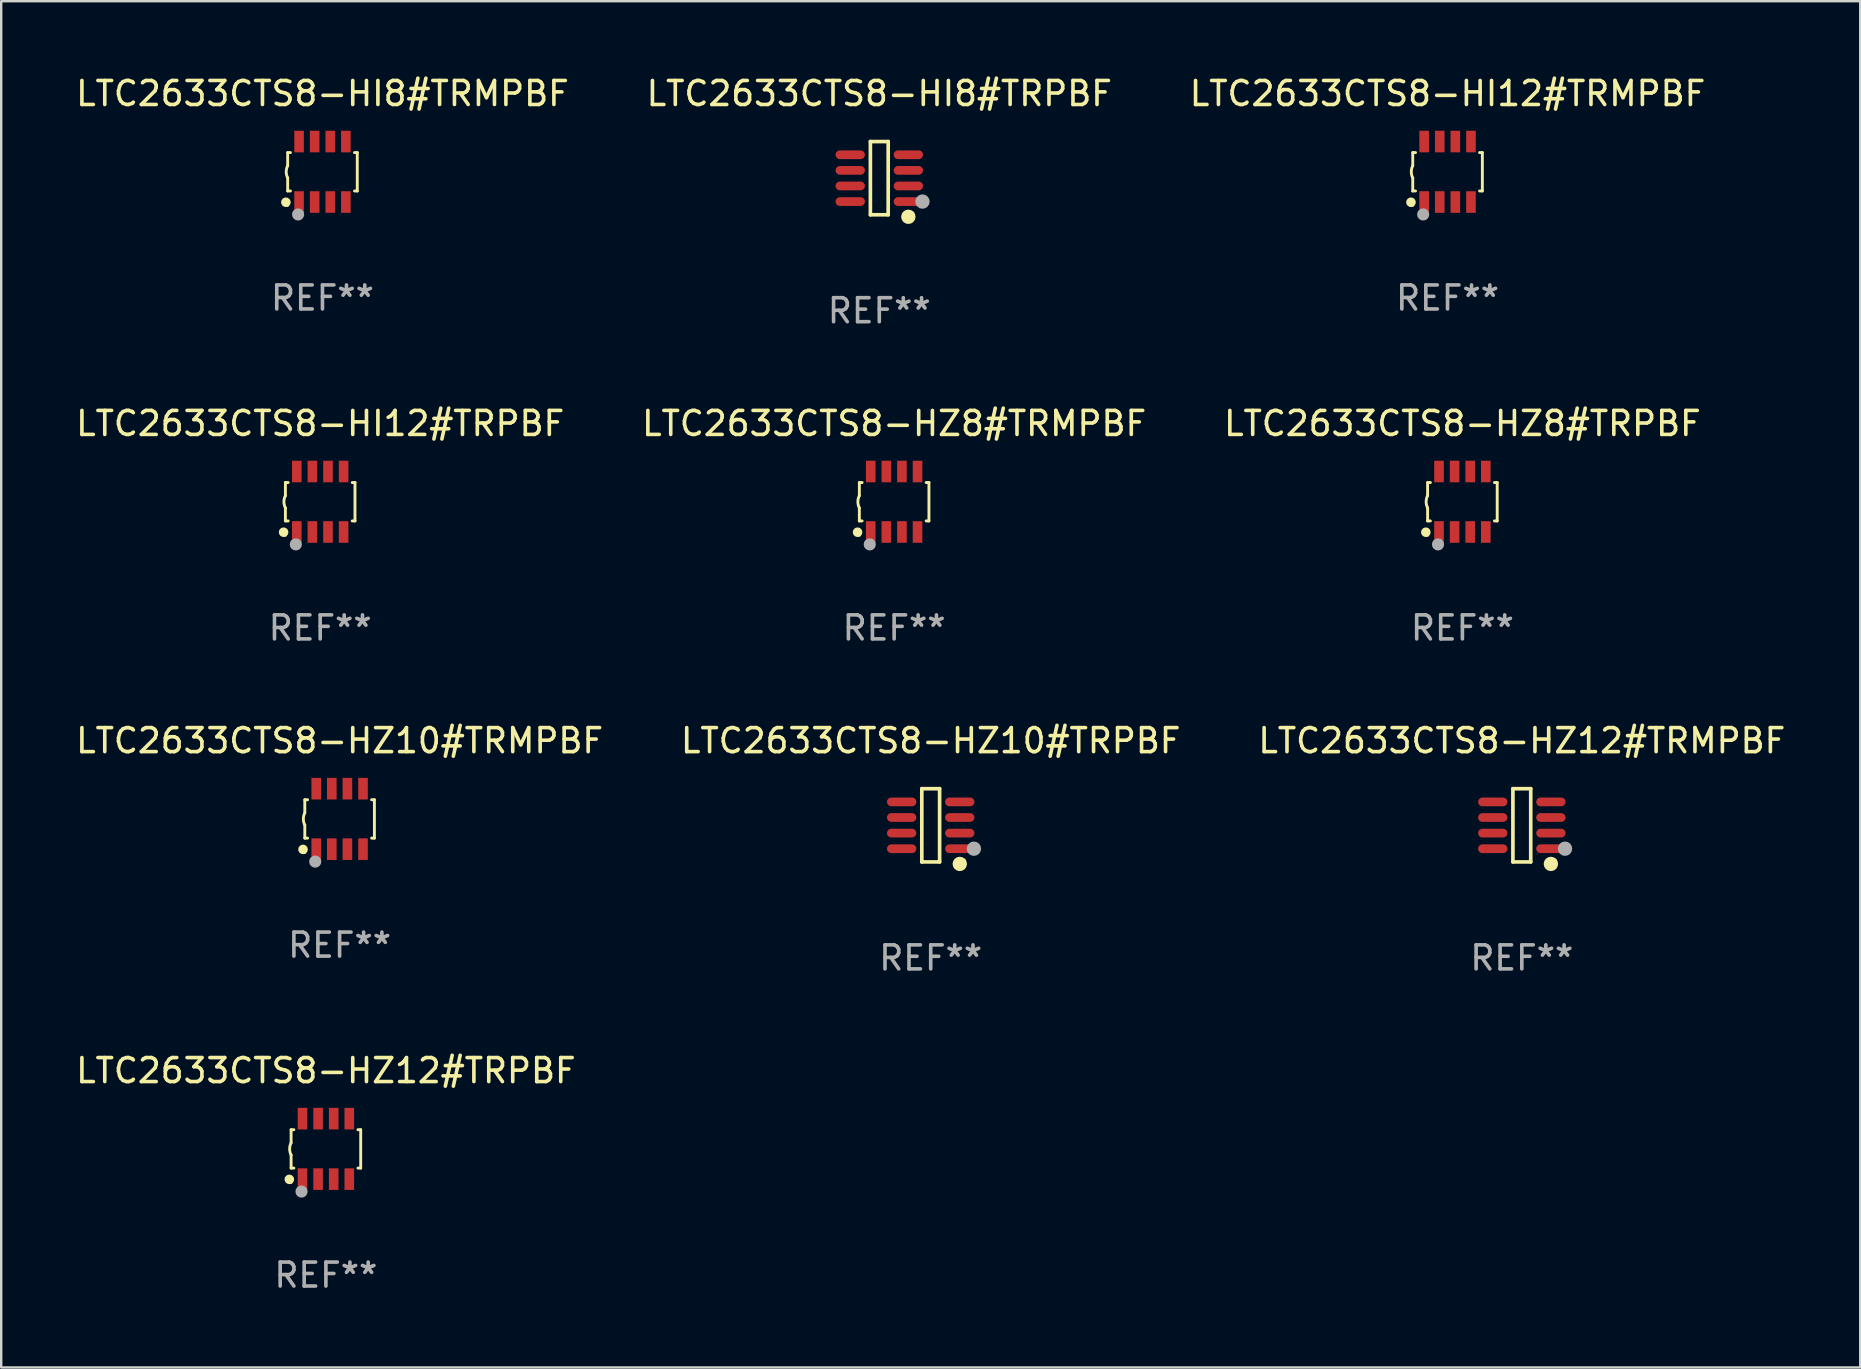
<source format=kicad_pcb>
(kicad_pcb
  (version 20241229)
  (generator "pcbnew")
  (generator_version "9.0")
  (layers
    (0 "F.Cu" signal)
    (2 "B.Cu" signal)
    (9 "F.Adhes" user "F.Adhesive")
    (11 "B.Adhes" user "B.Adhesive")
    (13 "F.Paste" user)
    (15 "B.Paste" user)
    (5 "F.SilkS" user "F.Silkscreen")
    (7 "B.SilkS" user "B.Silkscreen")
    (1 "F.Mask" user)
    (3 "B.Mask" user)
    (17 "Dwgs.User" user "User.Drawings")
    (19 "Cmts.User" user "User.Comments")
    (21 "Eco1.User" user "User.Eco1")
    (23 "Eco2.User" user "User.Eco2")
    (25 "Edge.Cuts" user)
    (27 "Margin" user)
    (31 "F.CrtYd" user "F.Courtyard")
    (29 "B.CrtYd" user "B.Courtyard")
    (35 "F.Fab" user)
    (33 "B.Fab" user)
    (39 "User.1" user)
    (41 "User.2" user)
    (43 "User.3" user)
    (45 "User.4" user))
  (footprint "LTC2633CTS8-HZ12#TRPBF"
    (layer "F.Cu")
    (at 10.53 44.823)
    (property "Reference" "LTC2633CTS8-HZ12#TRPBF" (at 0 -3.26 0) (layer "F.SilkS") (effects (font (size 1 1) (thickness 0.15))))
    (attr through_hole)
    (fp_line (start -1.45 -0.8) (end -1.45 -0.254) (stroke (width 0.12) (type solid)) (layer "F.SilkS"))
    (fp_line (start -1.45 -0.8) (end -1.334 -0.8) (stroke (width 0.12) (type solid)) (layer "F.SilkS"))
    (fp_line (start -1.45 0.8) (end -1.45 0.254) (stroke (width 0.12) (type solid)) (layer "F.SilkS"))
    (fp_line (start -1.45 0.8) (end -1.334 0.8) (stroke (width 0.12) (type solid)) (layer "F.SilkS"))
    (fp_line (start 1.334 -0.8) (end 1.45 -0.8) (stroke (width 0.12) (type solid)) (layer "F.SilkS"))
    (fp_line (start 1.334 0.8) (end 1.45 0.8) (stroke (width 0.12) (type solid)) (layer "F.SilkS"))
    (fp_line (start 1.45 0.8) (end 1.45 -0.8) (stroke (width 0.12) (type solid)) (layer "F.SilkS"))
    (fp_arc (start -1.45075 0.255144) (mid -1.510605 0.000434) (end -1.450013 -0.254102) (stroke (width 0.11999) (type solid)) (layer "F.SilkS"))
    (fp_circle (center -1.524 1.27) (end -1.424 1.27) (stroke (width 0.2) (type solid)) (fill no) (layer "F.SilkS"))
    (fp_circle (center -1.45 1.4) (end -1.42 1.4) (stroke (width 0.06) (type solid)) (fill no) (layer "F.SilkS"))
    (fp_circle (center -1.016 1.778) (end -0.889 1.778) (stroke (width 0.254) (type solid)) (fill no) (layer "F.Fab"))
    (fp_text user "REF**" (at 0 5.26 0) (layer "F.Fab") (effects (font (size 1 1) (thickness 0.15))))
    (pad "1" smd rect (at -0.975 1.26) (size 0.4 0.9) (layers "F.Cu" "F.Mask" "F.Paste"))
    (pad "2" smd rect (at -0.325 1.26) (size 0.4 0.9) (layers "F.Cu" "F.Mask" "F.Paste"))
    (pad "3" smd rect (at 0.325 1.26) (size 0.4 0.9) (layers "F.Cu" "F.Mask" "F.Paste"))
    (pad "4" smd rect (at 0.975 1.26) (size 0.4 0.9) (layers "F.Cu" "F.Mask" "F.Paste"))
    (pad "5" smd rect (at 0.975 -1.26) (size 0.4 0.9) (layers "F.Cu" "F.Mask" "F.Paste"))
    (pad "6" smd rect (at 0.325 -1.26) (size 0.4 0.9) (layers "F.Cu" "F.Mask" "F.Paste"))
    (pad "7" smd rect (at -0.325 -1.26) (size 0.4 0.9) (layers "F.Cu" "F.Mask" "F.Paste"))
    (pad "8" smd rect (at -0.975 -1.26) (size 0.4 0.9) (layers "F.Cu" "F.Mask" "F.Paste")))
  (footprint "LTC2633CTS8-HI8#TRMPBF"
    (layer "F.Cu")
    (at 10.387 4.108)
    (property "Reference" "LTC2633CTS8-HI8#TRMPBF" (at 0 -3.26 0) (layer "F.SilkS") (effects (font (size 1 1) (thickness 0.15))))
    (attr through_hole)
    (fp_line (start -1.45 -0.8) (end -1.45 -0.254) (stroke (width 0.12) (type solid)) (layer "F.SilkS"))
    (fp_line (start -1.45 -0.8) (end -1.334 -0.8) (stroke (width 0.12) (type solid)) (layer "F.SilkS"))
    (fp_line (start -1.45 0.8) (end -1.45 0.254) (stroke (width 0.12) (type solid)) (layer "F.SilkS"))
    (fp_line (start -1.45 0.8) (end -1.334 0.8) (stroke (width 0.12) (type solid)) (layer "F.SilkS"))
    (fp_line (start 1.334 -0.8) (end 1.45 -0.8) (stroke (width 0.12) (type solid)) (layer "F.SilkS"))
    (fp_line (start 1.334 0.8) (end 1.45 0.8) (stroke (width 0.12) (type solid)) (layer "F.SilkS"))
    (fp_line (start 1.45 0.8) (end 1.45 -0.8) (stroke (width 0.12) (type solid)) (layer "F.SilkS"))
    (fp_arc (start -1.45075 0.255144) (mid -1.510605 0.000434) (end -1.450013 -0.254102) (stroke (width 0.11999) (type solid)) (layer "F.SilkS"))
    (fp_circle (center -1.524 1.27) (end -1.424 1.27) (stroke (width 0.2) (type solid)) (fill no) (layer "F.SilkS"))
    (fp_circle (center -1.45 1.4) (end -1.42 1.4) (stroke (width 0.06) (type solid)) (fill no) (layer "F.SilkS"))
    (fp_circle (center -1.016 1.778) (end -0.889 1.778) (stroke (width 0.254) (type solid)) (fill no) (layer "F.Fab"))
    (fp_text user "REF**" (at 0 5.26 0) (layer "F.Fab") (effects (font (size 1 1) (thickness 0.15))))
    (pad "1" smd rect (at -0.975 1.26) (size 0.4 0.9) (layers "F.Cu" "F.Mask" "F.Paste"))
    (pad "2" smd rect (at -0.325 1.26) (size 0.4 0.9) (layers "F.Cu" "F.Mask" "F.Paste"))
    (pad "3" smd rect (at 0.325 1.26) (size 0.4 0.9) (layers "F.Cu" "F.Mask" "F.Paste"))
    (pad "4" smd rect (at 0.975 1.26) (size 0.4 0.9) (layers "F.Cu" "F.Mask" "F.Paste"))
    (pad "5" smd rect (at 0.975 -1.26) (size 0.4 0.9) (layers "F.Cu" "F.Mask" "F.Paste"))
    (pad "6" smd rect (at 0.325 -1.26) (size 0.4 0.9) (layers "F.Cu" "F.Mask" "F.Paste"))
    (pad "7" smd rect (at -0.325 -1.26) (size 0.4 0.9) (layers "F.Cu" "F.Mask" "F.Paste"))
    (pad "8" smd rect (at -0.975 -1.26) (size 0.4 0.9) (layers "F.Cu" "F.Mask" "F.Paste")))
  (footprint "LTC2633CTS8-HI12#TRPBF"
    (layer "F.Cu")
    (at 10.292 17.857)
    (property "Reference" "LTC2633CTS8-HI12#TRPBF" (at 0 -3.26 0) (layer "F.SilkS") (effects (font (size 1 1) (thickness 0.15))))
    (attr through_hole)
    (fp_line (start -1.45 -0.8) (end -1.45 -0.254) (stroke (width 0.12) (type solid)) (layer "F.SilkS"))
    (fp_line (start -1.45 -0.8) (end -1.334 -0.8) (stroke (width 0.12) (type solid)) (layer "F.SilkS"))
    (fp_line (start -1.45 0.8) (end -1.45 0.254) (stroke (width 0.12) (type solid)) (layer "F.SilkS"))
    (fp_line (start -1.45 0.8) (end -1.334 0.8) (stroke (width 0.12) (type solid)) (layer "F.SilkS"))
    (fp_line (start 1.334 -0.8) (end 1.45 -0.8) (stroke (width 0.12) (type solid)) (layer "F.SilkS"))
    (fp_line (start 1.334 0.8) (end 1.45 0.8) (stroke (width 0.12) (type solid)) (layer "F.SilkS"))
    (fp_line (start 1.45 0.8) (end 1.45 -0.8) (stroke (width 0.12) (type solid)) (layer "F.SilkS"))
    (fp_arc (start -1.45075 0.255144) (mid -1.510605 0.000434) (end -1.450013 -0.254102) (stroke (width 0.11999) (type solid)) (layer "F.SilkS"))
    (fp_circle (center -1.524 1.27) (end -1.424 1.27) (stroke (width 0.2) (type solid)) (fill no) (layer "F.SilkS"))
    (fp_circle (center -1.45 1.4) (end -1.42 1.4) (stroke (width 0.06) (type solid)) (fill no) (layer "F.SilkS"))
    (fp_circle (center -1.016 1.778) (end -0.889 1.778) (stroke (width 0.254) (type solid)) (fill no) (layer "F.Fab"))
    (fp_text user "REF**" (at 0 5.26 0) (layer "F.Fab") (effects (font (size 1 1) (thickness 0.15))))
    (pad "1" smd rect (at -0.975 1.26) (size 0.4 0.9) (layers "F.Cu" "F.Mask" "F.Paste"))
    (pad "2" smd rect (at -0.325 1.26) (size 0.4 0.9) (layers "F.Cu" "F.Mask" "F.Paste"))
    (pad "3" smd rect (at 0.325 1.26) (size 0.4 0.9) (layers "F.Cu" "F.Mask" "F.Paste"))
    (pad "4" smd rect (at 0.975 1.26) (size 0.4 0.9) (layers "F.Cu" "F.Mask" "F.Paste"))
    (pad "5" smd rect (at 0.975 -1.26) (size 0.4 0.9) (layers "F.Cu" "F.Mask" "F.Paste"))
    (pad "6" smd rect (at 0.325 -1.26) (size 0.4 0.9) (layers "F.Cu" "F.Mask" "F.Paste"))
    (pad "7" smd rect (at -0.325 -1.26) (size 0.4 0.9) (layers "F.Cu" "F.Mask" "F.Paste"))
    (pad "8" smd rect (at -0.975 -1.26) (size 0.4 0.9) (layers "F.Cu" "F.Mask" "F.Paste")))
  (footprint "LTC2633CTS8-HI12#TRMPBF"
    (layer "F.Cu")
    (at 57.268 4.108)
    (property "Reference" "LTC2633CTS8-HI12#TRMPBF" (at 0 -3.26 0) (layer "F.SilkS") (effects (font (size 1 1) (thickness 0.15))))
    (attr through_hole)
    (fp_line (start -1.45 -0.8) (end -1.45 -0.254) (stroke (width 0.12) (type solid)) (layer "F.SilkS"))
    (fp_line (start -1.45 -0.8) (end -1.334 -0.8) (stroke (width 0.12) (type solid)) (layer "F.SilkS"))
    (fp_line (start -1.45 0.8) (end -1.45 0.254) (stroke (width 0.12) (type solid)) (layer "F.SilkS"))
    (fp_line (start -1.45 0.8) (end -1.334 0.8) (stroke (width 0.12) (type solid)) (layer "F.SilkS"))
    (fp_line (start 1.334 -0.8) (end 1.45 -0.8) (stroke (width 0.12) (type solid)) (layer "F.SilkS"))
    (fp_line (start 1.334 0.8) (end 1.45 0.8) (stroke (width 0.12) (type solid)) (layer "F.SilkS"))
    (fp_line (start 1.45 0.8) (end 1.45 -0.8) (stroke (width 0.12) (type solid)) (layer "F.SilkS"))
    (fp_arc (start -1.45075 0.255144) (mid -1.510605 0.000434) (end -1.450013 -0.254102) (stroke (width 0.11999) (type solid)) (layer "F.SilkS"))
    (fp_circle (center -1.524 1.27) (end -1.424 1.27) (stroke (width 0.2) (type solid)) (fill no) (layer "F.SilkS"))
    (fp_circle (center -1.45 1.4) (end -1.42 1.4) (stroke (width 0.06) (type solid)) (fill no) (layer "F.SilkS"))
    (fp_circle (center -1.016 1.778) (end -0.889 1.778) (stroke (width 0.254) (type solid)) (fill no) (layer "F.Fab"))
    (fp_text user "REF**" (at 0 5.26 0) (layer "F.Fab") (effects (font (size 1 1) (thickness 0.15))))
    (pad "1" smd rect (at -0.975 1.26) (size 0.4 0.9) (layers "F.Cu" "F.Mask" "F.Paste"))
    (pad "2" smd rect (at -0.325 1.26) (size 0.4 0.9) (layers "F.Cu" "F.Mask" "F.Paste"))
    (pad "3" smd rect (at 0.325 1.26) (size 0.4 0.9) (layers "F.Cu" "F.Mask" "F.Paste"))
    (pad "4" smd rect (at 0.975 1.26) (size 0.4 0.9) (layers "F.Cu" "F.Mask" "F.Paste"))
    (pad "5" smd rect (at 0.975 -1.26) (size 0.4 0.9) (layers "F.Cu" "F.Mask" "F.Paste"))
    (pad "6" smd rect (at 0.325 -1.26) (size 0.4 0.9) (layers "F.Cu" "F.Mask" "F.Paste"))
    (pad "7" smd rect (at -0.325 -1.26) (size 0.4 0.9) (layers "F.Cu" "F.Mask" "F.Paste"))
    (pad "8" smd rect (at -0.975 -1.26) (size 0.4 0.9) (layers "F.Cu" "F.Mask" "F.Paste")))
  (footprint "LTC2633CTS8-HI8#TRPBF"
    (layer "F.Cu")
    (at 33.589 4.374)
    (property "Reference" "LTC2633CTS8-HI8#TRPBF" (at 0 -3.526 0) (layer "F.SilkS") (effects (font (size 1 1) (thickness 0.15))))
    (attr through_hole)
    (fp_line (start -0.371 -1.526) (end 0.371 -1.526) (stroke (width 0.152) (type solid)) (layer "F.SilkS"))
    (fp_line (start -0.371 1.526) (end -0.371 -1.526) (stroke (width 0.152) (type solid)) (layer "F.SilkS"))
    (fp_line (start 0.371 -1.526) (end 0.371 1.526) (stroke (width 0.152) (type solid)) (layer "F.SilkS"))
    (fp_line (start 0.371 1.526) (end -0.371 1.526) (stroke (width 0.152) (type solid)) (layer "F.SilkS"))
    (fp_circle (center 1.211 1.609) (end 1.361 1.609) (stroke (width 0.3) (type solid)) (fill no) (layer "F.SilkS"))
    (fp_circle (center 1.4 1.45) (end 1.43 1.45) (stroke (width 0.06) (type solid)) (fill no) (layer "F.SilkS"))
    (fp_circle (center 1.8 0.975) (end 1.95 0.975) (stroke (width 0.3) (type solid)) (fill no) (layer "F.Fab"))
    (fp_text user "REF**" (at 0 5.526 0) (layer "F.Fab") (effects (font (size 1 1) (thickness 0.15))))
    (pad "1" smd oval (at 1.211 0.975) (size 1.222 0.364) (layers "F.Cu" "F.Mask" "F.Paste"))
    (pad "2" smd oval (at 1.211 0.325) (size 1.222 0.364) (layers "F.Cu" "F.Mask" "F.Paste"))
    (pad "3" smd oval (at 1.211 -0.325) (size 1.222 0.364) (layers "F.Cu" "F.Mask" "F.Paste"))
    (pad "4" smd oval (at 1.211 -0.975) (size 1.222 0.364) (layers "F.Cu" "F.Mask" "F.Paste"))
    (pad "5" smd oval (at -1.211 -0.975) (size 1.222 0.364) (layers "F.Cu" "F.Mask" "F.Paste"))
    (pad "6" smd oval (at -1.211 -0.325) (size 1.222 0.364) (layers "F.Cu" "F.Mask" "F.Paste"))
    (pad "7" smd oval (at -1.211 0.325) (size 1.222 0.364) (layers "F.Cu" "F.Mask" "F.Paste"))
    (pad "8" smd oval (at -1.211 0.975) (size 1.222 0.364) (layers "F.Cu" "F.Mask" "F.Paste")))
  (footprint "LTC2633CTS8-HZ12#TRMPBF"
    (layer "F.Cu")
    (at 60.363 31.34)
    (property "Reference" "LTC2633CTS8-HZ12#TRMPBF" (at 0 -3.526 0) (layer "F.SilkS") (effects (font (size 1 1) (thickness 0.15))))
    (attr through_hole)
    (fp_line (start -0.371 -1.526) (end 0.371 -1.526) (stroke (width 0.152) (type solid)) (layer "F.SilkS"))
    (fp_line (start -0.371 1.526) (end -0.371 -1.526) (stroke (width 0.152) (type solid)) (layer "F.SilkS"))
    (fp_line (start 0.371 -1.526) (end 0.371 1.526) (stroke (width 0.152) (type solid)) (layer "F.SilkS"))
    (fp_line (start 0.371 1.526) (end -0.371 1.526) (stroke (width 0.152) (type solid)) (layer "F.SilkS"))
    (fp_circle (center 1.211 1.609) (end 1.361 1.609) (stroke (width 0.3) (type solid)) (fill no) (layer "F.SilkS"))
    (fp_circle (center 1.4 1.45) (end 1.43 1.45) (stroke (width 0.06) (type solid)) (fill no) (layer "F.SilkS"))
    (fp_circle (center 1.8 0.975) (end 1.95 0.975) (stroke (width 0.3) (type solid)) (fill no) (layer "F.Fab"))
    (fp_text user "REF**" (at 0 5.526 0) (layer "F.Fab") (effects (font (size 1 1) (thickness 0.15))))
    (pad "1" smd oval (at 1.211 0.975) (size 1.222 0.364) (layers "F.Cu" "F.Mask" "F.Paste"))
    (pad "2" smd oval (at 1.211 0.325) (size 1.222 0.364) (layers "F.Cu" "F.Mask" "F.Paste"))
    (pad "3" smd oval (at 1.211 -0.325) (size 1.222 0.364) (layers "F.Cu" "F.Mask" "F.Paste"))
    (pad "4" smd oval (at 1.211 -0.975) (size 1.222 0.364) (layers "F.Cu" "F.Mask" "F.Paste"))
    (pad "5" smd oval (at -1.211 -0.975) (size 1.222 0.364) (layers "F.Cu" "F.Mask" "F.Paste"))
    (pad "6" smd oval (at -1.211 -0.325) (size 1.222 0.364) (layers "F.Cu" "F.Mask" "F.Paste"))
    (pad "7" smd oval (at -1.211 0.325) (size 1.222 0.364) (layers "F.Cu" "F.Mask" "F.Paste"))
    (pad "8" smd oval (at -1.211 0.975) (size 1.222 0.364) (layers "F.Cu" "F.Mask" "F.Paste")))
  (footprint "LTC2633CTS8-HZ10#TRMPBF"
    (layer "F.Cu")
    (at 11.101 31.074)
    (property "Reference" "LTC2633CTS8-HZ10#TRMPBF" (at 0 -3.26 0) (layer "F.SilkS") (effects (font (size 1 1) (thickness 0.15))))
    (attr through_hole)
    (fp_line (start -1.45 -0.8) (end -1.45 -0.254) (stroke (width 0.12) (type solid)) (layer "F.SilkS"))
    (fp_line (start -1.45 -0.8) (end -1.334 -0.8) (stroke (width 0.12) (type solid)) (layer "F.SilkS"))
    (fp_line (start -1.45 0.8) (end -1.45 0.254) (stroke (width 0.12) (type solid)) (layer "F.SilkS"))
    (fp_line (start -1.45 0.8) (end -1.334 0.8) (stroke (width 0.12) (type solid)) (layer "F.SilkS"))
    (fp_line (start 1.334 -0.8) (end 1.45 -0.8) (stroke (width 0.12) (type solid)) (layer "F.SilkS"))
    (fp_line (start 1.334 0.8) (end 1.45 0.8) (stroke (width 0.12) (type solid)) (layer "F.SilkS"))
    (fp_line (start 1.45 0.8) (end 1.45 -0.8) (stroke (width 0.12) (type solid)) (layer "F.SilkS"))
    (fp_arc (start -1.45075 0.255144) (mid -1.510605 0.000434) (end -1.450013 -0.254102) (stroke (width 0.11999) (type solid)) (layer "F.SilkS"))
    (fp_circle (center -1.524 1.27) (end -1.424 1.27) (stroke (width 0.2) (type solid)) (fill no) (layer "F.SilkS"))
    (fp_circle (center -1.45 1.4) (end -1.42 1.4) (stroke (width 0.06) (type solid)) (fill no) (layer "F.SilkS"))
    (fp_circle (center -1.016 1.778) (end -0.889 1.778) (stroke (width 0.254) (type solid)) (fill no) (layer "F.Fab"))
    (fp_text user "REF**" (at 0 5.26 0) (layer "F.Fab") (effects (font (size 1 1) (thickness 0.15))))
    (pad "1" smd rect (at -0.975 1.26) (size 0.4 0.9) (layers "F.Cu" "F.Mask" "F.Paste"))
    (pad "2" smd rect (at -0.325 1.26) (size 0.4 0.9) (layers "F.Cu" "F.Mask" "F.Paste"))
    (pad "3" smd rect (at 0.325 1.26) (size 0.4 0.9) (layers "F.Cu" "F.Mask" "F.Paste"))
    (pad "4" smd rect (at 0.975 1.26) (size 0.4 0.9) (layers "F.Cu" "F.Mask" "F.Paste"))
    (pad "5" smd rect (at 0.975 -1.26) (size 0.4 0.9) (layers "F.Cu" "F.Mask" "F.Paste"))
    (pad "6" smd rect (at 0.325 -1.26) (size 0.4 0.9) (layers "F.Cu" "F.Mask" "F.Paste"))
    (pad "7" smd rect (at -0.325 -1.26) (size 0.4 0.9) (layers "F.Cu" "F.Mask" "F.Paste"))
    (pad "8" smd rect (at -0.975 -1.26) (size 0.4 0.9) (layers "F.Cu" "F.Mask" "F.Paste")))
  (footprint "LTC2633CTS8-HZ8#TRMPBF"
    (layer "F.Cu")
    (at 34.208 17.857)
    (property "Reference" "LTC2633CTS8-HZ8#TRMPBF" (at 0 -3.26 0) (layer "F.SilkS") (effects (font (size 1 1) (thickness 0.15))))
    (attr through_hole)
    (fp_line (start -1.45 -0.8) (end -1.45 -0.254) (stroke (width 0.12) (type solid)) (layer "F.SilkS"))
    (fp_line (start -1.45 -0.8) (end -1.334 -0.8) (stroke (width 0.12) (type solid)) (layer "F.SilkS"))
    (fp_line (start -1.45 0.8) (end -1.45 0.254) (stroke (width 0.12) (type solid)) (layer "F.SilkS"))
    (fp_line (start -1.45 0.8) (end -1.334 0.8) (stroke (width 0.12) (type solid)) (layer "F.SilkS"))
    (fp_line (start 1.334 -0.8) (end 1.45 -0.8) (stroke (width 0.12) (type solid)) (layer "F.SilkS"))
    (fp_line (start 1.334 0.8) (end 1.45 0.8) (stroke (width 0.12) (type solid)) (layer "F.SilkS"))
    (fp_line (start 1.45 0.8) (end 1.45 -0.8) (stroke (width 0.12) (type solid)) (layer "F.SilkS"))
    (fp_arc (start -1.45075 0.255144) (mid -1.510605 0.000434) (end -1.450013 -0.254102) (stroke (width 0.11999) (type solid)) (layer "F.SilkS"))
    (fp_circle (center -1.524 1.27) (end -1.424 1.27) (stroke (width 0.2) (type solid)) (fill no) (layer "F.SilkS"))
    (fp_circle (center -1.45 1.4) (end -1.42 1.4) (stroke (width 0.06) (type solid)) (fill no) (layer "F.SilkS"))
    (fp_circle (center -1.016 1.778) (end -0.889 1.778) (stroke (width 0.254) (type solid)) (fill no) (layer "F.Fab"))
    (fp_text user "REF**" (at 0 5.26 0) (layer "F.Fab") (effects (font (size 1 1) (thickness 0.15))))
    (pad "1" smd rect (at -0.975 1.26) (size 0.4 0.9) (layers "F.Cu" "F.Mask" "F.Paste"))
    (pad "2" smd rect (at -0.325 1.26) (size 0.4 0.9) (layers "F.Cu" "F.Mask" "F.Paste"))
    (pad "3" smd rect (at 0.325 1.26) (size 0.4 0.9) (layers "F.Cu" "F.Mask" "F.Paste"))
    (pad "4" smd rect (at 0.975 1.26) (size 0.4 0.9) (layers "F.Cu" "F.Mask" "F.Paste"))
    (pad "5" smd rect (at 0.975 -1.26) (size 0.4 0.9) (layers "F.Cu" "F.Mask" "F.Paste"))
    (pad "6" smd rect (at 0.325 -1.26) (size 0.4 0.9) (layers "F.Cu" "F.Mask" "F.Paste"))
    (pad "7" smd rect (at -0.325 -1.26) (size 0.4 0.9) (layers "F.Cu" "F.Mask" "F.Paste"))
    (pad "8" smd rect (at -0.975 -1.26) (size 0.4 0.9) (layers "F.Cu" "F.Mask" "F.Paste")))
  (footprint "LTC2633CTS8-HZ8#TRPBF"
    (layer "F.Cu")
    (at 57.887 17.857)
    (property "Reference" "LTC2633CTS8-HZ8#TRPBF" (at 0 -3.26 0) (layer "F.SilkS") (effects (font (size 1 1) (thickness 0.15))))
    (attr through_hole)
    (fp_line (start -1.45 -0.8) (end -1.45 -0.254) (stroke (width 0.12) (type solid)) (layer "F.SilkS"))
    (fp_line (start -1.45 -0.8) (end -1.334 -0.8) (stroke (width 0.12) (type solid)) (layer "F.SilkS"))
    (fp_line (start -1.45 0.8) (end -1.45 0.254) (stroke (width 0.12) (type solid)) (layer "F.SilkS"))
    (fp_line (start -1.45 0.8) (end -1.334 0.8) (stroke (width 0.12) (type solid)) (layer "F.SilkS"))
    (fp_line (start 1.334 -0.8) (end 1.45 -0.8) (stroke (width 0.12) (type solid)) (layer "F.SilkS"))
    (fp_line (start 1.334 0.8) (end 1.45 0.8) (stroke (width 0.12) (type solid)) (layer "F.SilkS"))
    (fp_line (start 1.45 0.8) (end 1.45 -0.8) (stroke (width 0.12) (type solid)) (layer "F.SilkS"))
    (fp_arc (start -1.45075 0.255144) (mid -1.510605 0.000434) (end -1.450013 -0.254102) (stroke (width 0.11999) (type solid)) (layer "F.SilkS"))
    (fp_circle (center -1.524 1.27) (end -1.424 1.27) (stroke (width 0.2) (type solid)) (fill no) (layer "F.SilkS"))
    (fp_circle (center -1.45 1.4) (end -1.42 1.4) (stroke (width 0.06) (type solid)) (fill no) (layer "F.SilkS"))
    (fp_circle (center -1.016 1.778) (end -0.889 1.778) (stroke (width 0.254) (type solid)) (fill no) (layer "F.Fab"))
    (fp_text user "REF**" (at 0 5.26 0) (layer "F.Fab") (effects (font (size 1 1) (thickness 0.15))))
    (pad "1" smd rect (at -0.975 1.26) (size 0.4 0.9) (layers "F.Cu" "F.Mask" "F.Paste"))
    (pad "2" smd rect (at -0.325 1.26) (size 0.4 0.9) (layers "F.Cu" "F.Mask" "F.Paste"))
    (pad "3" smd rect (at 0.325 1.26) (size 0.4 0.9) (layers "F.Cu" "F.Mask" "F.Paste"))
    (pad "4" smd rect (at 0.975 1.26) (size 0.4 0.9) (layers "F.Cu" "F.Mask" "F.Paste"))
    (pad "5" smd rect (at 0.975 -1.26) (size 0.4 0.9) (layers "F.Cu" "F.Mask" "F.Paste"))
    (pad "6" smd rect (at 0.325 -1.26) (size 0.4 0.9) (layers "F.Cu" "F.Mask" "F.Paste"))
    (pad "7" smd rect (at -0.325 -1.26) (size 0.4 0.9) (layers "F.Cu" "F.Mask" "F.Paste"))
    (pad "8" smd rect (at -0.975 -1.26) (size 0.4 0.9) (layers "F.Cu" "F.Mask" "F.Paste")))
  (footprint "LTC2633CTS8-HZ10#TRPBF"
    (layer "F.Cu")
    (at 35.732 31.34)
    (property "Reference" "LTC2633CTS8-HZ10#TRPBF" (at 0 -3.526 0) (layer "F.SilkS") (effects (font (size 1 1) (thickness 0.15))))
    (attr through_hole)
    (fp_line (start -0.371 -1.526) (end 0.371 -1.526) (stroke (width 0.152) (type solid)) (layer "F.SilkS"))
    (fp_line (start -0.371 1.526) (end -0.371 -1.526) (stroke (width 0.152) (type solid)) (layer "F.SilkS"))
    (fp_line (start 0.371 -1.526) (end 0.371 1.526) (stroke (width 0.152) (type solid)) (layer "F.SilkS"))
    (fp_line (start 0.371 1.526) (end -0.371 1.526) (stroke (width 0.152) (type solid)) (layer "F.SilkS"))
    (fp_circle (center 1.211 1.609) (end 1.361 1.609) (stroke (width 0.3) (type solid)) (fill no) (layer "F.SilkS"))
    (fp_circle (center 1.4 1.45) (end 1.43 1.45) (stroke (width 0.06) (type solid)) (fill no) (layer "F.SilkS"))
    (fp_circle (center 1.8 0.975) (end 1.95 0.975) (stroke (width 0.3) (type solid)) (fill no) (layer "F.Fab"))
    (fp_text user "REF**" (at 0 5.526 0) (layer "F.Fab") (effects (font (size 1 1) (thickness 0.15))))
    (pad "1" smd oval (at 1.211 0.975) (size 1.222 0.364) (layers "F.Cu" "F.Mask" "F.Paste"))
    (pad "2" smd oval (at 1.211 0.325) (size 1.222 0.364) (layers "F.Cu" "F.Mask" "F.Paste"))
    (pad "3" smd oval (at 1.211 -0.325) (size 1.222 0.364) (layers "F.Cu" "F.Mask" "F.Paste"))
    (pad "4" smd oval (at 1.211 -0.975) (size 1.222 0.364) (layers "F.Cu" "F.Mask" "F.Paste"))
    (pad "5" smd oval (at -1.211 -0.975) (size 1.222 0.364) (layers "F.Cu" "F.Mask" "F.Paste"))
    (pad "6" smd oval (at -1.211 -0.325) (size 1.222 0.364) (layers "F.Cu" "F.Mask" "F.Paste"))
    (pad "7" smd oval (at -1.211 0.325) (size 1.222 0.364) (layers "F.Cu" "F.Mask" "F.Paste"))
    (pad "8" smd oval (at -1.211 0.975) (size 1.222 0.364) (layers "F.Cu" "F.Mask" "F.Paste")))
  (gr_rect
    (start -3 -3)
    (end 74.464 53.931)
    (stroke (width 0.1) (type default))
    (fill no)
    (layer "Edge.Cuts")))
</source>
